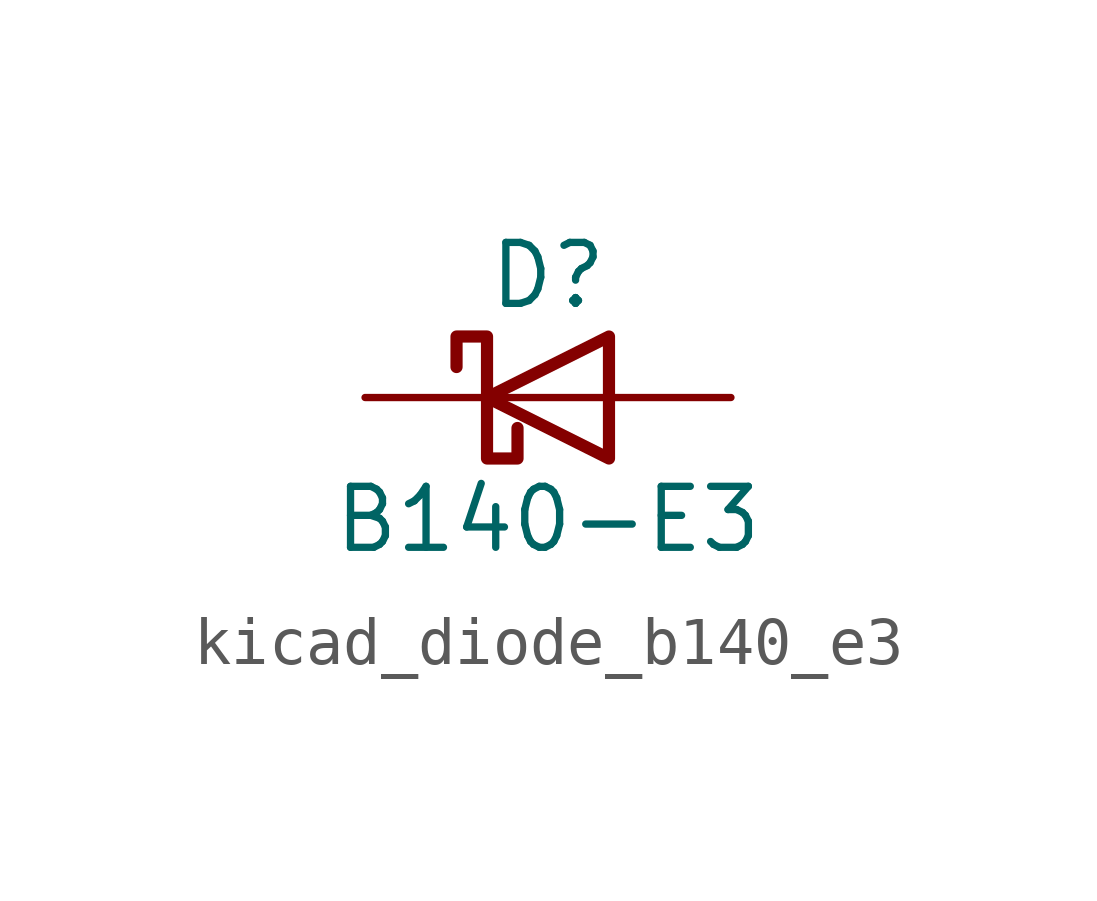
<source format=kicad_sym>
(kicad_symbol_lib
  (version 20220914)
  (generator kicad_symbol_editor)
  (symbol "kicad_diode_b140_e3"
    (pin_numbers hide)
    (pin_names hide)
    (property "Reference" "D"
      (at 0 2.54 0)
      (effects (font (size 1.27 1.27))))
    (property "Value" "B140-E3"
      (at 0 -2.54 0)
      (effects (font (size 1.27 1.27))))
    (symbol "kicad_diode_b140_e3_0_1"
      (polyline (pts (xy 1.27 0) (xy -1.27 0)) (stroke (width 0) (type default)) (fill (type none)))
      (polyline (pts (xy 1.27 1.27) (xy 1.27 -1.27) (xy -1.27 0) (xy 1.27 1.27)) (stroke (width 0.254) (type default)) (fill (type none)))
      (polyline (pts (xy -1.905 0.635) (xy -1.905 1.27) (xy -1.27 1.27) (xy -1.27 -1.27) (xy -0.635 -1.27) (xy -0.635 -0.635)) (stroke (width 0.254) (type default)) (fill (type none))))
    (symbol "kicad_diode_b140_e3_1_1"
      (pin passive line (at -3.81 0 0) (length 2.54) (name "K" (effects (font (size 1.27 1.27)))) (number "1" (effects (font (size 1.27 1.27)))))
      (pin passive line (at 3.81 0 180) (length 2.54) (name "A" (effects (font (size 1.27 1.27)))) (number "2" (effects (font (size 1.27 1.27))))))))
</source>
